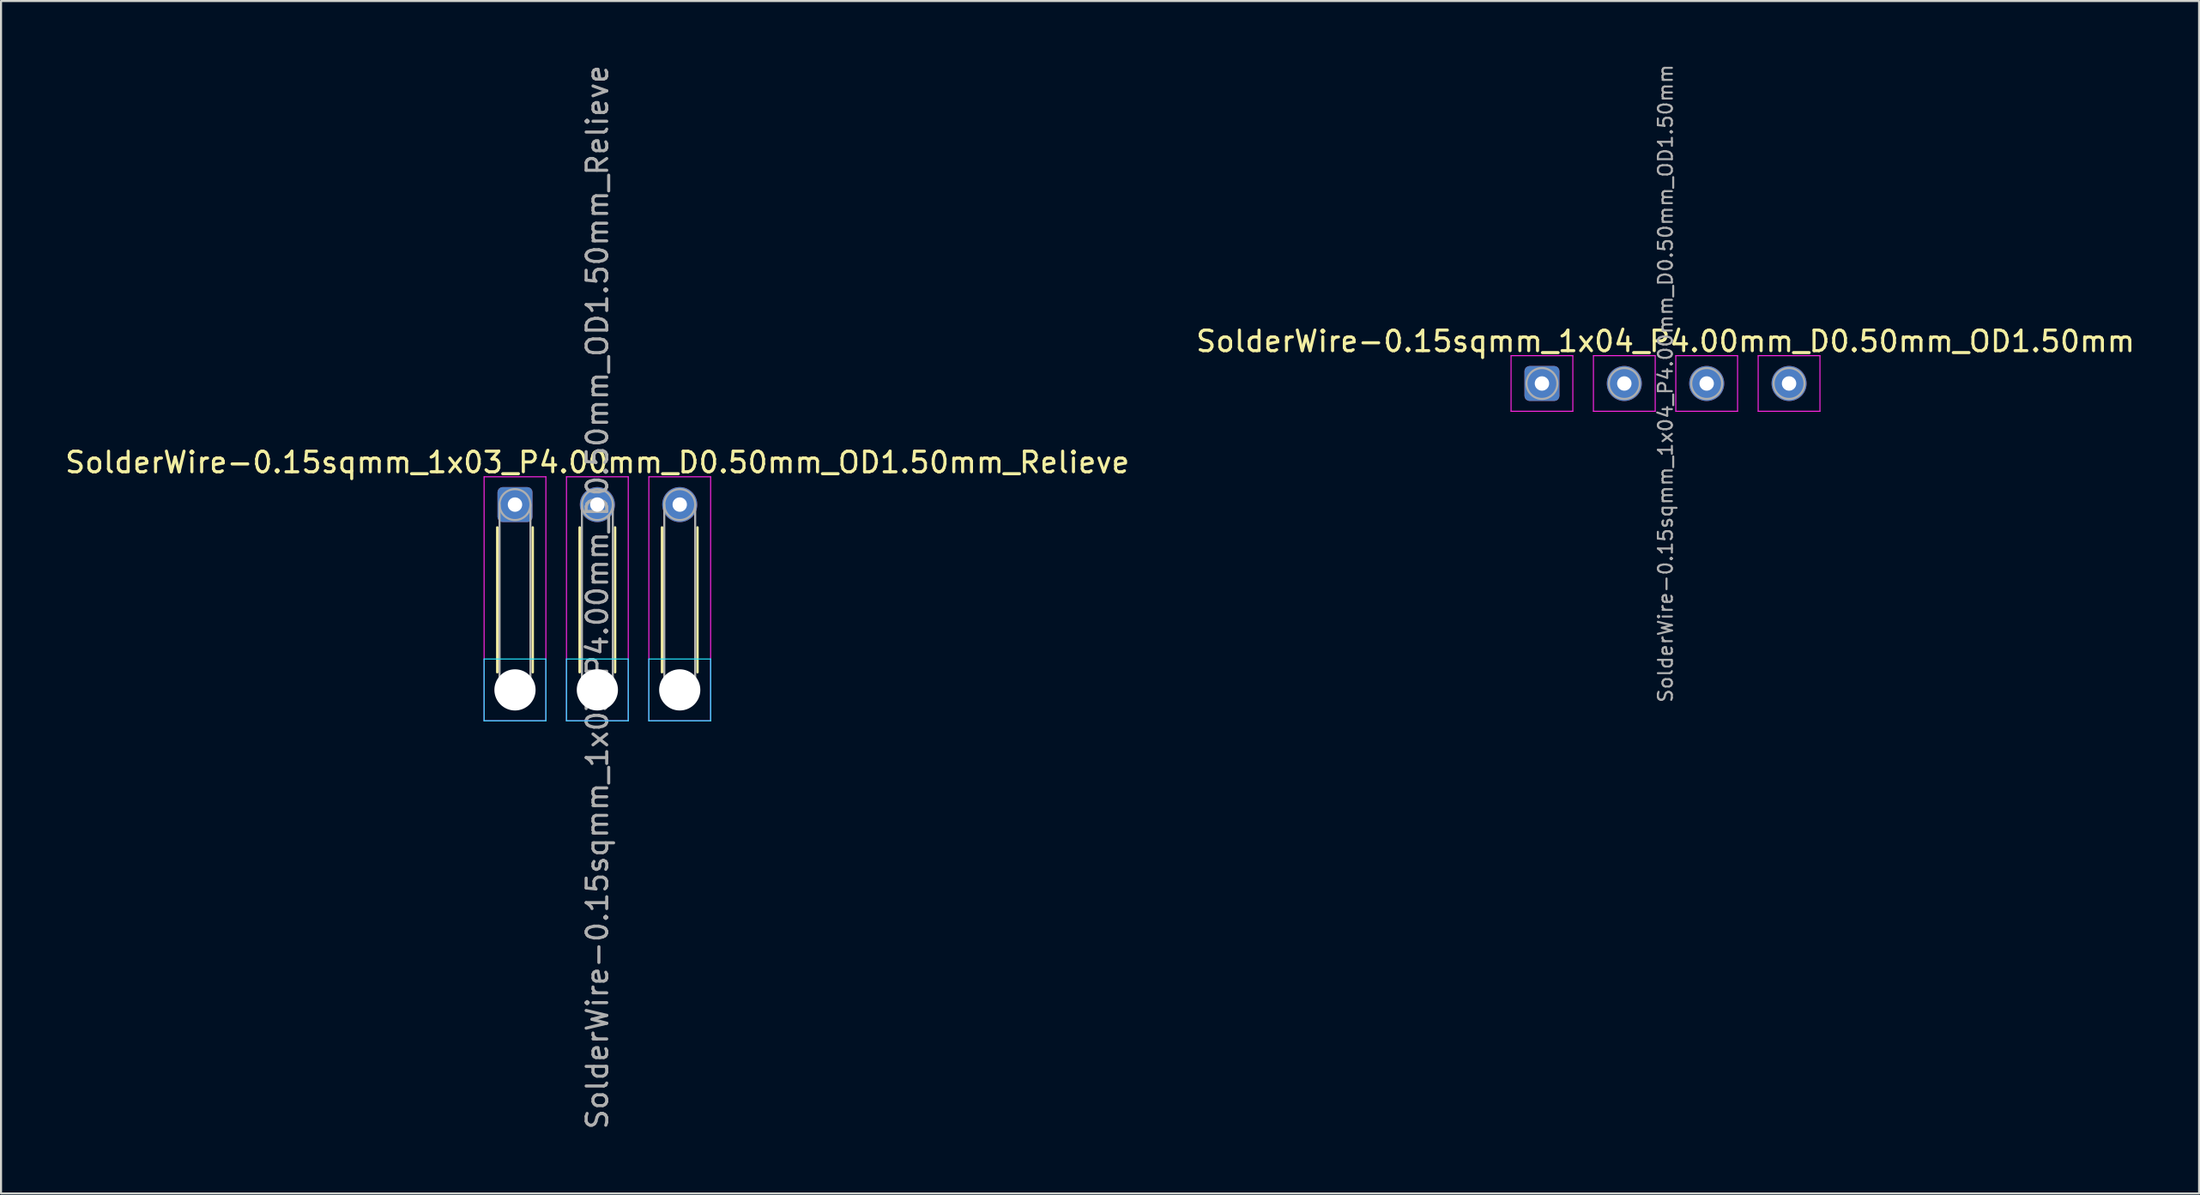
<source format=kicad_pcb>
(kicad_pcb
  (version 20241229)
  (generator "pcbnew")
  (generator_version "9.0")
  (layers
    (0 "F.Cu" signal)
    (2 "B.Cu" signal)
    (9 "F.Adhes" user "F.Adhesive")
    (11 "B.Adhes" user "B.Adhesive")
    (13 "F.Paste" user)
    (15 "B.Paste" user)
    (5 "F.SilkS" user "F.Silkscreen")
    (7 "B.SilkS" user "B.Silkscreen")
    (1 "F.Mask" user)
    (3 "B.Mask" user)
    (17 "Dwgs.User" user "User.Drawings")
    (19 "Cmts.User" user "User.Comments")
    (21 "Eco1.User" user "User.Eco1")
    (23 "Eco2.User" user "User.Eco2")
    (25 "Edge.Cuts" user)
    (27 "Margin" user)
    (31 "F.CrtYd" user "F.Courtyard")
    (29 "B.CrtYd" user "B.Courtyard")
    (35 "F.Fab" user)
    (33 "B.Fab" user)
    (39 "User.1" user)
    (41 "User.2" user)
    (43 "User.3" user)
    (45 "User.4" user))
  (footprint "SolderWire-0.15sqmm_1x03_P4.00mm_D0.50mm_OD1.50mm_Relieve"
    (layer "F.Cu")
    (at 21.958 21.458)
    (property "Reference" "SolderWire-0.15sqmm_1x03_P4.00mm_D0.50mm_OD1.50mm_Relieve" (at 4 -2.05 0) (layer "F.SilkS") (effects (font (size 1 1) (thickness 0.15))))
    (attr exclude_from_pos_files exclude_from_bom)
    (fp_line (start -0.86 1.11) (end -0.86 8.14) (stroke (width 0.12) (type solid)) (layer "F.SilkS"))
    (fp_line (start 0.86 1.11) (end 0.86 8.14) (stroke (width 0.12) (type solid)) (layer "F.SilkS"))
    (fp_line (start 3.14 1.11) (end 3.14 8.14) (stroke (width 0.12) (type solid)) (layer "F.SilkS"))
    (fp_line (start 4.86 1.11) (end 4.86 8.14) (stroke (width 0.12) (type solid)) (layer "F.SilkS"))
    (fp_line (start 7.14 1.11) (end 7.14 8.14) (stroke (width 0.12) (type solid)) (layer "F.SilkS"))
    (fp_line (start 8.86 1.11) (end 8.86 8.14) (stroke (width 0.12) (type solid)) (layer "F.SilkS"))
    (fp_line (start -1.5 7.5) (end -1.5 10.5) (stroke (width 0.05) (type solid)) (layer "B.CrtYd"))
    (fp_line (start -1.5 10.5) (end 1.5 10.5) (stroke (width 0.05) (type solid)) (layer "B.CrtYd"))
    (fp_line (start 1.5 7.5) (end -1.5 7.5) (stroke (width 0.05) (type solid)) (layer "B.CrtYd"))
    (fp_line (start 1.5 10.5) (end 1.5 7.5) (stroke (width 0.05) (type solid)) (layer "B.CrtYd"))
    (fp_line (start 2.5 7.5) (end 2.5 10.5) (stroke (width 0.05) (type solid)) (layer "B.CrtYd"))
    (fp_line (start 2.5 10.5) (end 5.5 10.5) (stroke (width 0.05) (type solid)) (layer "B.CrtYd"))
    (fp_line (start 5.5 7.5) (end 2.5 7.5) (stroke (width 0.05) (type solid)) (layer "B.CrtYd"))
    (fp_line (start 5.5 10.5) (end 5.5 7.5) (stroke (width 0.05) (type solid)) (layer "B.CrtYd"))
    (fp_line (start 6.5 7.5) (end 6.5 10.5) (stroke (width 0.05) (type solid)) (layer "B.CrtYd"))
    (fp_line (start 6.5 10.5) (end 9.5 10.5) (stroke (width 0.05) (type solid)) (layer "B.CrtYd"))
    (fp_line (start 9.5 7.5) (end 6.5 7.5) (stroke (width 0.05) (type solid)) (layer "B.CrtYd"))
    (fp_line (start 9.5 10.5) (end 9.5 7.5) (stroke (width 0.05) (type solid)) (layer "B.CrtYd"))
    (fp_line (start -1.5 -1.35) (end -1.5 10.5) (stroke (width 0.05) (type solid)) (layer "F.CrtYd"))
    (fp_line (start -1.5 10.5) (end 1.5 10.5) (stroke (width 0.05) (type solid)) (layer "F.CrtYd"))
    (fp_line (start 1.5 -1.35) (end -1.5 -1.35) (stroke (width 0.05) (type solid)) (layer "F.CrtYd"))
    (fp_line (start 1.5 10.5) (end 1.5 -1.35) (stroke (width 0.05) (type solid)) (layer "F.CrtYd"))
    (fp_line (start 2.5 -1.35) (end 2.5 10.5) (stroke (width 0.05) (type solid)) (layer "F.CrtYd"))
    (fp_line (start 2.5 10.5) (end 5.5 10.5) (stroke (width 0.05) (type solid)) (layer "F.CrtYd"))
    (fp_line (start 5.5 -1.35) (end 2.5 -1.35) (stroke (width 0.05) (type solid)) (layer "F.CrtYd"))
    (fp_line (start 5.5 10.5) (end 5.5 -1.35) (stroke (width 0.05) (type solid)) (layer "F.CrtYd"))
    (fp_line (start 6.5 -1.35) (end 6.5 10.5) (stroke (width 0.05) (type solid)) (layer "F.CrtYd"))
    (fp_line (start 6.5 10.5) (end 9.5 10.5) (stroke (width 0.05) (type solid)) (layer "F.CrtYd"))
    (fp_line (start 9.5 -1.35) (end 6.5 -1.35) (stroke (width 0.05) (type solid)) (layer "F.CrtYd"))
    (fp_line (start 9.5 10.5) (end 9.5 -1.35) (stroke (width 0.05) (type solid)) (layer "F.CrtYd"))
    (fp_line (start -0.75 0) (end -0.75 9) (stroke (width 0.1) (type solid)) (layer "F.Fab"))
    (fp_line (start 0.75 0) (end 0.75 9) (stroke (width 0.1) (type solid)) (layer "F.Fab"))
    (fp_line (start 3.25 0) (end 3.25 9) (stroke (width 0.1) (type solid)) (layer "F.Fab"))
    (fp_line (start 4.75 0) (end 4.75 9) (stroke (width 0.1) (type solid)) (layer "F.Fab"))
    (fp_line (start 7.25 0) (end 7.25 9) (stroke (width 0.1) (type solid)) (layer "F.Fab"))
    (fp_line (start 8.75 0) (end 8.75 9) (stroke (width 0.1) (type solid)) (layer "F.Fab"))
    (fp_circle (center 0 0) (end 0.75 0) (stroke (width 0.1) (type solid)) (fill no) (layer "F.Fab"))
    (fp_circle (center 0 9) (end 0.75 9) (stroke (width 0.1) (type solid)) (fill no) (layer "F.Fab"))
    (fp_circle (center 4 0) (end 4.75 0) (stroke (width 0.1) (type solid)) (fill no) (layer "F.Fab"))
    (fp_circle (center 4 9) (end 4.75 9) (stroke (width 0.1) (type solid)) (fill no) (layer "F.Fab"))
    (fp_circle (center 8 0) (end 8.75 0) (stroke (width 0.1) (type solid)) (fill no) (layer "F.Fab"))
    (fp_circle (center 8 9) (end 8.75 9) (stroke (width 0.1) (type solid)) (fill no) (layer "F.Fab"))
    (fp_text user "${REFERENCE}" (at 4 4.5 90) (layer "F.Fab") (effects (font (size 1 1) (thickness 0.15))))
    (pad "" np_thru_hole circle (at 0 9) (size 2 2) (drill 2) (layers "*.Cu" "*.Mask"))
    (pad "" np_thru_hole circle (at 4 9) (size 2 2) (drill 2) (layers "*.Cu" "*.Mask"))
    (pad "" np_thru_hole circle (at 8 9) (size 2 2) (drill 2) (layers "*.Cu" "*.Mask"))
    (pad "1" thru_hole roundrect (at 0 0) (size 1.7 1.7) (drill 0.7) (layers "*.Cu" "*.Mask") (roundrect_rratio 0.147))
    (pad "2" thru_hole circle (at 4 0) (size 1.7 1.7) (drill 0.7) (layers "*.Cu" "*.Mask"))
    (pad "3" thru_hole circle (at 8 0) (size 1.7 1.7) (drill 0.7) (layers "*.Cu" "*.Mask")))
  (footprint "SolderWire-0.15sqmm_1x04_P4.00mm_D0.50mm_OD1.50mm"
    (layer "F.Cu")
    (at 71.827 15.576)
    (property "Reference" "SolderWire-0.15sqmm_1x04_P4.00mm_D0.50mm_OD1.50mm" (at 6 -2.05 0) (layer "F.SilkS") (effects (font (size 1 1) (thickness 0.15))))
    (attr exclude_from_pos_files exclude_from_bom)
    (fp_line (start -1.5 -1.35) (end -1.5 1.35) (stroke (width 0.05) (type solid)) (layer "F.CrtYd"))
    (fp_line (start -1.5 1.35) (end 1.5 1.35) (stroke (width 0.05) (type solid)) (layer "F.CrtYd"))
    (fp_line (start 1.5 -1.35) (end -1.5 -1.35) (stroke (width 0.05) (type solid)) (layer "F.CrtYd"))
    (fp_line (start 1.5 1.35) (end 1.5 -1.35) (stroke (width 0.05) (type solid)) (layer "F.CrtYd"))
    (fp_line (start 2.5 -1.35) (end 2.5 1.35) (stroke (width 0.05) (type solid)) (layer "F.CrtYd"))
    (fp_line (start 2.5 1.35) (end 5.5 1.35) (stroke (width 0.05) (type solid)) (layer "F.CrtYd"))
    (fp_line (start 5.5 -1.35) (end 2.5 -1.35) (stroke (width 0.05) (type solid)) (layer "F.CrtYd"))
    (fp_line (start 5.5 1.35) (end 5.5 -1.35) (stroke (width 0.05) (type solid)) (layer "F.CrtYd"))
    (fp_line (start 6.5 -1.35) (end 6.5 1.35) (stroke (width 0.05) (type solid)) (layer "F.CrtYd"))
    (fp_line (start 6.5 1.35) (end 9.5 1.35) (stroke (width 0.05) (type solid)) (layer "F.CrtYd"))
    (fp_line (start 9.5 -1.35) (end 6.5 -1.35) (stroke (width 0.05) (type solid)) (layer "F.CrtYd"))
    (fp_line (start 9.5 1.35) (end 9.5 -1.35) (stroke (width 0.05) (type solid)) (layer "F.CrtYd"))
    (fp_line (start 10.5 -1.35) (end 10.5 1.35) (stroke (width 0.05) (type solid)) (layer "F.CrtYd"))
    (fp_line (start 10.5 1.35) (end 13.5 1.35) (stroke (width 0.05) (type solid)) (layer "F.CrtYd"))
    (fp_line (start 13.5 -1.35) (end 10.5 -1.35) (stroke (width 0.05) (type solid)) (layer "F.CrtYd"))
    (fp_line (start 13.5 1.35) (end 13.5 -1.35) (stroke (width 0.05) (type solid)) (layer "F.CrtYd"))
    (fp_circle (center 0 0) (end 0.75 0) (stroke (width 0.1) (type solid)) (fill no) (layer "F.Fab"))
    (fp_circle (center 4 0) (end 4.75 0) (stroke (width 0.1) (type solid)) (fill no) (layer "F.Fab"))
    (fp_circle (center 8 0) (end 8.75 0) (stroke (width 0.1) (type solid)) (fill no) (layer "F.Fab"))
    (fp_circle (center 12 0) (end 12.75 0) (stroke (width 0.1) (type solid)) (fill no) (layer "F.Fab"))
    (fp_text user "${REFERENCE}" (at 6 0 90) (layer "F.Fab") (effects (font (size 0.68 0.68) (thickness 0.1))))
    (pad "1" thru_hole roundrect (at 0 0) (size 1.7 1.7) (drill 0.7) (layers "*.Cu" "*.Mask") (roundrect_rratio 0.147))
    (pad "2" thru_hole circle (at 4 0) (size 1.7 1.7) (drill 0.7) (layers "*.Cu" "*.Mask"))
    (pad "3" thru_hole circle (at 8 0) (size 1.7 1.7) (drill 0.7) (layers "*.Cu" "*.Mask"))
    (pad "4" thru_hole circle (at 12 0) (size 1.7 1.7) (drill 0.7) (layers "*.Cu" "*.Mask")))
  (gr_rect
    (start -3 -3)
    (end 103.738 54.917)
    (stroke (width 0.1) (type default))
    (fill no)
    (layer "Edge.Cuts")))
</source>
